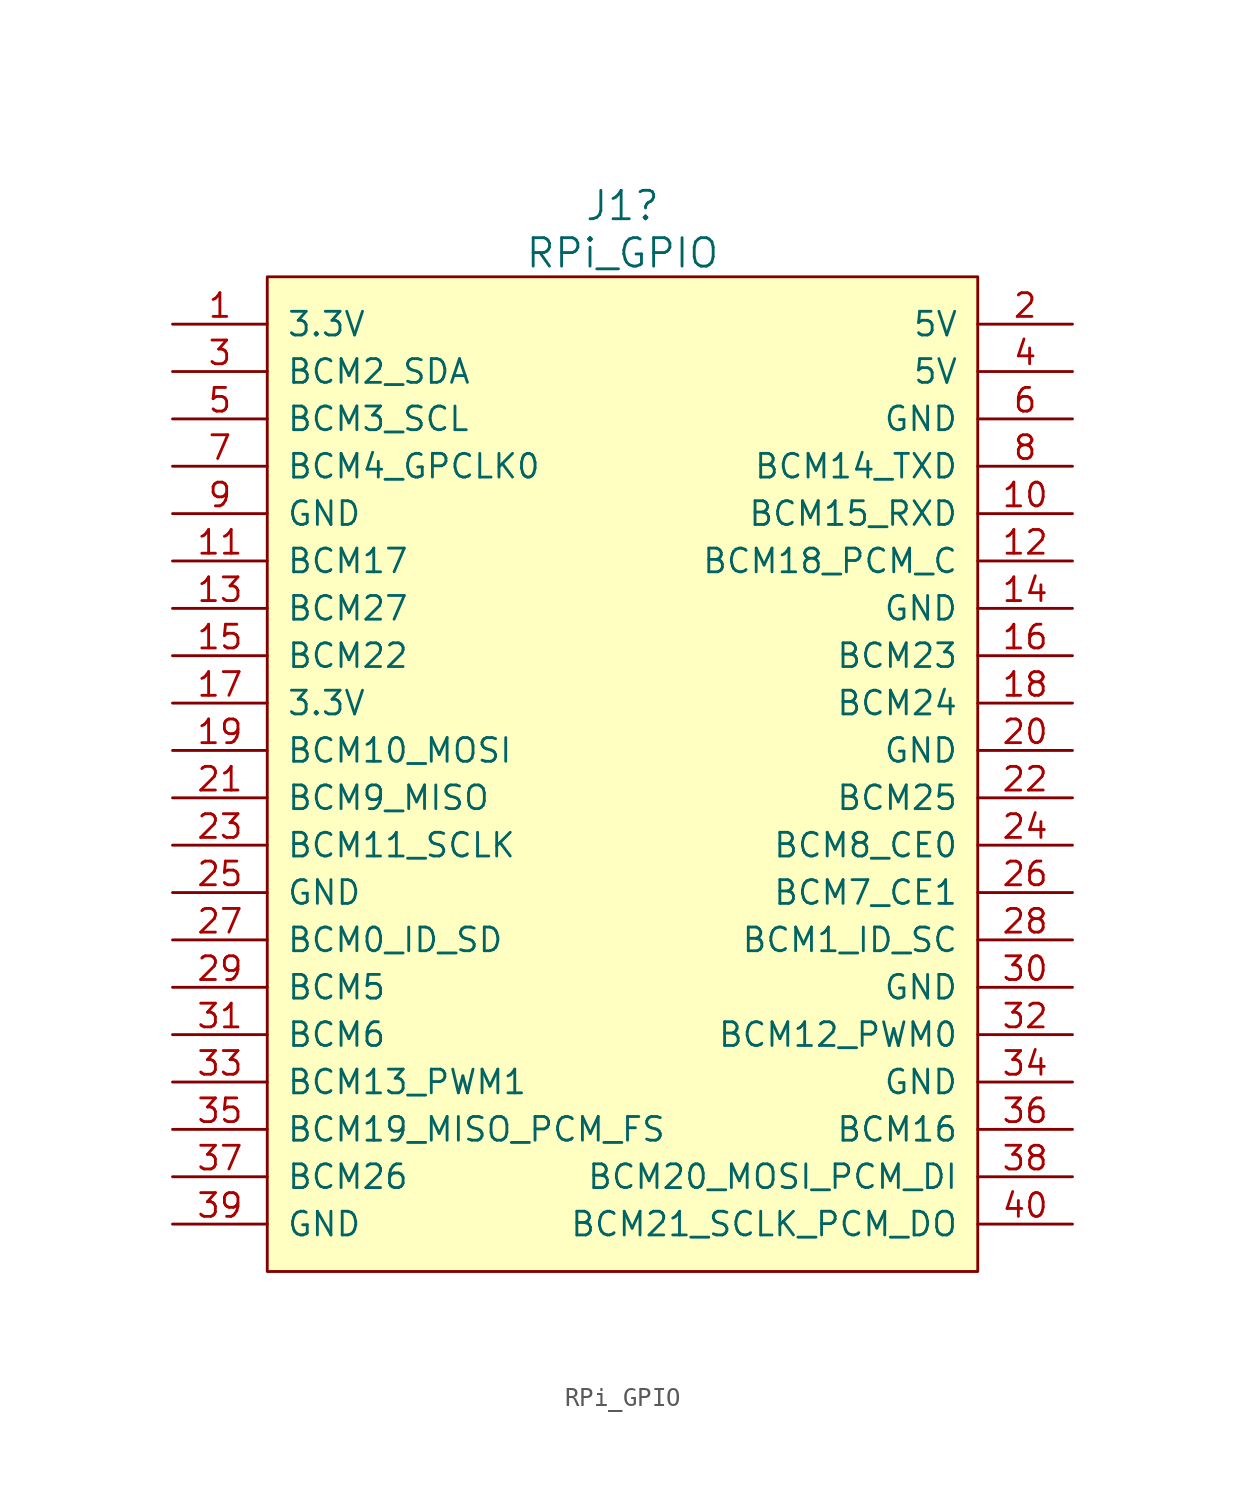
<source format=kicad_sym>
(kicad_symbol_lib
  (version 20231120)
  (generator "kicad_symbol_editor")
  (generator_version "8.0")
  (symbol "RPi_GPIO"
    (pin_names
      (offset 1.016))
    (property "Reference" "J1"
      (at 19.05 6.35 0)
      (effects (font (size 1.524 1.524))))
    (property "Value" "RPi_GPIO"
      (at 19.05 3.81 0)
      (effects (font (size 1.524 1.524))))
    (property "Datasheet" ""
      (at 0 0 0)
      (effects (font (size 1.524 1.524))))
    (symbol "RPi_GPIO_1_1"
      (rectangle (start 0 2.54) (end 38.1 -50.8) (stroke (width 0) (type solid)) (fill (type background)))
      (pin power_in line (at -5.08 0 0) (length 5.08) (name "3.3V" (effects (font (size 1.27 1.27)))) (number "1" (effects (font (size 1.27 1.27)))))
      (pin bidirectional line (at 43.18 -10.16 180) (length 5.08) (name "BCM15_RXD" (effects (font (size 1.27 1.27)))) (number "10" (effects (font (size 1.27 1.27)))))
      (pin bidirectional line (at -5.08 -12.7 0) (length 5.08) (name "BCM17" (effects (font (size 1.27 1.27)))) (number "11" (effects (font (size 1.27 1.27)))))
      (pin bidirectional line (at 43.18 -12.7 180) (length 5.08) (name "BCM18_PCM_C" (effects (font (size 1.27 1.27)))) (number "12" (effects (font (size 1.27 1.27)))))
      (pin bidirectional line (at -5.08 -15.24 0) (length 5.08) (name "BCM27" (effects (font (size 1.27 1.27)))) (number "13" (effects (font (size 1.27 1.27)))))
      (pin power_in line (at 43.18 -15.24 180) (length 5.08) (name "GND" (effects (font (size 1.27 1.27)))) (number "14" (effects (font (size 1.27 1.27)))))
      (pin bidirectional line (at -5.08 -17.78 0) (length 5.08) (name "BCM22" (effects (font (size 1.27 1.27)))) (number "15" (effects (font (size 1.27 1.27)))))
      (pin bidirectional line (at 43.18 -17.78 180) (length 5.08) (name "BCM23" (effects (font (size 1.27 1.27)))) (number "16" (effects (font (size 1.27 1.27)))))
      (pin power_in line (at -5.08 -20.32 0) (length 5.08) (name "3.3V" (effects (font (size 1.27 1.27)))) (number "17" (effects (font (size 1.27 1.27)))))
      (pin bidirectional line (at 43.18 -20.32 180) (length 5.08) (name "BCM24" (effects (font (size 1.27 1.27)))) (number "18" (effects (font (size 1.27 1.27)))))
      (pin bidirectional line (at -5.08 -22.86 0) (length 5.08) (name "BCM10_MOSI" (effects (font (size 1.27 1.27)))) (number "19" (effects (font (size 1.27 1.27)))))
      (pin power_in line (at 43.18 0 180) (length 5.08) (name "5V" (effects (font (size 1.27 1.27)))) (number "2" (effects (font (size 1.27 1.27)))))
      (pin power_in line (at 43.18 -22.86 180) (length 5.08) (name "GND" (effects (font (size 1.27 1.27)))) (number "20" (effects (font (size 1.27 1.27)))))
      (pin bidirectional line (at -5.08 -25.4 0) (length 5.08) (name "BCM9_MISO" (effects (font (size 1.27 1.27)))) (number "21" (effects (font (size 1.27 1.27)))))
      (pin bidirectional line (at 43.18 -25.4 180) (length 5.08) (name "BCM25" (effects (font (size 1.27 1.27)))) (number "22" (effects (font (size 1.27 1.27)))))
      (pin bidirectional line (at -5.08 -27.94 0) (length 5.08) (name "BCM11_SCLK" (effects (font (size 1.27 1.27)))) (number "23" (effects (font (size 1.27 1.27)))))
      (pin bidirectional line (at 43.18 -27.94 180) (length 5.08) (name "BCM8_CE0" (effects (font (size 1.27 1.27)))) (number "24" (effects (font (size 1.27 1.27)))))
      (pin power_in line (at -5.08 -30.48 0) (length 5.08) (name "GND" (effects (font (size 1.27 1.27)))) (number "25" (effects (font (size 1.27 1.27)))))
      (pin bidirectional line (at 43.18 -30.48 180) (length 5.08) (name "BCM7_CE1" (effects (font (size 1.27 1.27)))) (number "26" (effects (font (size 1.27 1.27)))))
      (pin bidirectional line (at -5.08 -33.02 0) (length 5.08) (name "BCM0_ID_SD" (effects (font (size 1.27 1.27)))) (number "27" (effects (font (size 1.27 1.27)))))
      (pin bidirectional line (at 43.18 -33.02 180) (length 5.08) (name "BCM1_ID_SC" (effects (font (size 1.27 1.27)))) (number "28" (effects (font (size 1.27 1.27)))))
      (pin bidirectional line (at -5.08 -35.56 0) (length 5.08) (name "BCM5" (effects (font (size 1.27 1.27)))) (number "29" (effects (font (size 1.27 1.27)))))
      (pin bidirectional line (at -5.08 -2.54 0) (length 5.08) (name "BCM2_SDA" (effects (font (size 1.27 1.27)))) (number "3" (effects (font (size 1.27 1.27)))))
      (pin power_in line (at 43.18 -35.56 180) (length 5.08) (name "GND" (effects (font (size 1.27 1.27)))) (number "30" (effects (font (size 1.27 1.27)))))
      (pin bidirectional line (at -5.08 -38.1 0) (length 5.08) (name "BCM6" (effects (font (size 1.27 1.27)))) (number "31" (effects (font (size 1.27 1.27)))))
      (pin bidirectional line (at 43.18 -38.1 180) (length 5.08) (name "BCM12_PWM0" (effects (font (size 1.27 1.27)))) (number "32" (effects (font (size 1.27 1.27)))))
      (pin bidirectional line (at -5.08 -40.64 0) (length 5.08) (name "BCM13_PWM1" (effects (font (size 1.27 1.27)))) (number "33" (effects (font (size 1.27 1.27)))))
      (pin power_in line (at 43.18 -40.64 180) (length 5.08) (name "GND" (effects (font (size 1.27 1.27)))) (number "34" (effects (font (size 1.27 1.27)))))
      (pin bidirectional line (at -5.08 -43.18 0) (length 5.08) (name "BCM19_MISO_PCM_FS" (effects (font (size 1.27 1.27)))) (number "35" (effects (font (size 1.27 1.27)))))
      (pin bidirectional line (at 43.18 -43.18 180) (length 5.08) (name "BCM16" (effects (font (size 1.27 1.27)))) (number "36" (effects (font (size 1.27 1.27)))))
      (pin bidirectional line (at -5.08 -45.72 0) (length 5.08) (name "BCM26" (effects (font (size 1.27 1.27)))) (number "37" (effects (font (size 1.27 1.27)))))
      (pin bidirectional line (at 43.18 -45.72 180) (length 5.08) (name "BCM20_MOSI_PCM_DI" (effects (font (size 1.27 1.27)))) (number "38" (effects (font (size 1.27 1.27)))))
      (pin power_in line (at -5.08 -48.26 0) (length 5.08) (name "GND" (effects (font (size 1.27 1.27)))) (number "39" (effects (font (size 1.27 1.27)))))
      (pin power_in line (at 43.18 -2.54 180) (length 5.08) (name "5V" (effects (font (size 1.27 1.27)))) (number "4" (effects (font (size 1.27 1.27)))))
      (pin bidirectional line (at 43.18 -48.26 180) (length 5.08) (name "BCM21_SCLK_PCM_DO" (effects (font (size 1.27 1.27)))) (number "40" (effects (font (size 1.27 1.27)))))
      (pin bidirectional line (at -5.08 -5.08 0) (length 5.08) (name "BCM3_SCL" (effects (font (size 1.27 1.27)))) (number "5" (effects (font (size 1.27 1.27)))))
      (pin power_in line (at 43.18 -5.08 180) (length 5.08) (name "GND" (effects (font (size 1.27 1.27)))) (number "6" (effects (font (size 1.27 1.27)))))
      (pin bidirectional line (at -5.08 -7.62 0) (length 5.08) (name "BCM4_GPCLK0" (effects (font (size 1.27 1.27)))) (number "7" (effects (font (size 1.27 1.27)))))
      (pin bidirectional line (at 43.18 -7.62 180) (length 5.08) (name "BCM14_TXD" (effects (font (size 1.27 1.27)))) (number "8" (effects (font (size 1.27 1.27)))))
      (pin power_in line (at -5.08 -10.16 0) (length 5.08) (name "GND" (effects (font (size 1.27 1.27)))) (number "9" (effects (font (size 1.27 1.27))))))))
</source>
